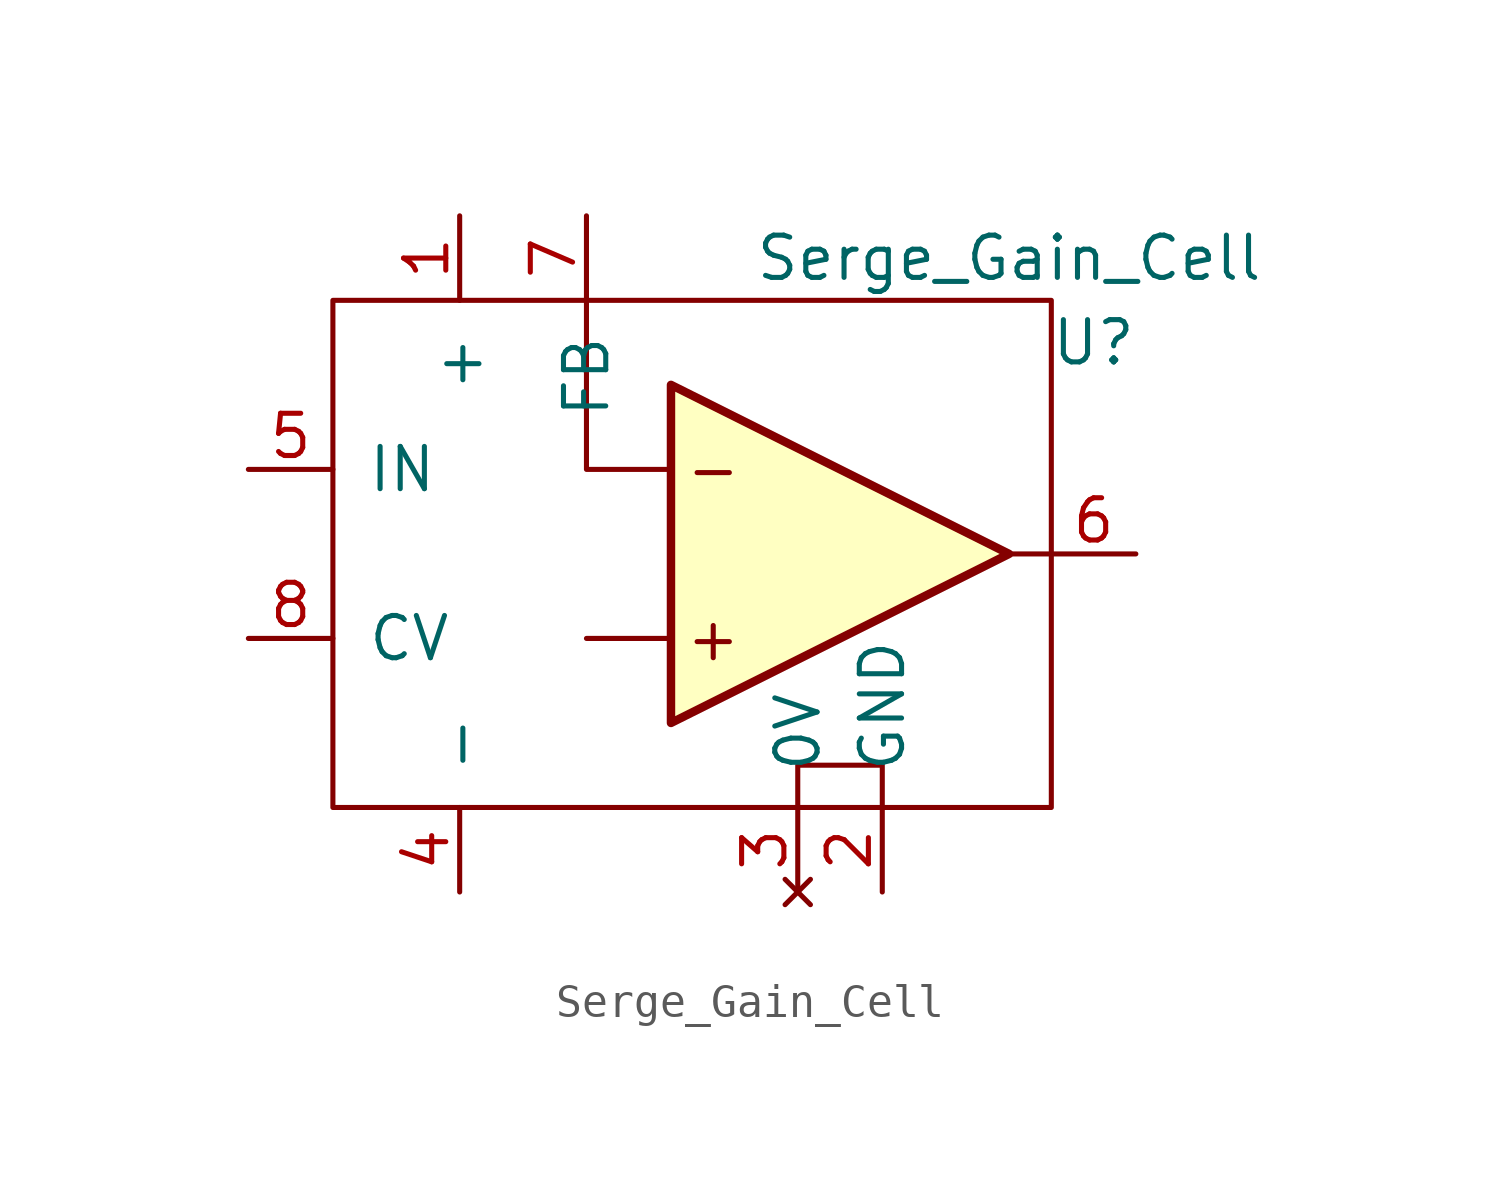
<source format=kicad_sym>
(kicad_symbol_lib
  (version 20220914)
  (generator kicad_symbol_editor)
  (symbol "Serge_Gain_Cell"
    (pin_names
      (offset 1.016))
    (property "Reference" "U"
      (at 8.89 6.35 0)
      (effects (font (size 1.27 1.27))))
    (property "Value" "Serge_Gain_Cell"
      (at 6.35 8.89 0)
      (effects (font (size 1.27 1.27))))
    (symbol "Serge_Gain_Cell_0_0"
      (text "+" (at -2.54 -2.54 0) (effects (font (size 1.27 1.27))))
      (text "-" (at -2.54 2.54 0) (effects (font (size 1.27 1.27)))))
    (symbol "Serge_Gain_Cell_0_1"
      (polyline (pts (xy -3.81 -2.54) (xy -6.35 -2.54)) (stroke (width 0) (type default)) (fill (type none)))
      (polyline (pts (xy 6.35 0) (xy 7.62 0)) (stroke (width 0) (type default)) (fill (type none)))
      (polyline (pts (xy -3.81 2.54) (xy -6.35 2.54) (xy -6.35 7.62)) (stroke (width 0) (type default)) (fill (type none)))
      (polyline (pts (xy 0 -7.62) (xy 0 -6.35) (xy 2.54 -6.35) (xy 2.54 -7.62)) (stroke (width 0) (type default)) (fill (type none)))
      (rectangle (start 7.62 7.62) (end -13.97 -7.62) (stroke (width 0) (type default)) (fill (type none))))
    (symbol "Serge_Gain_Cell_1_1"
      (polyline (pts (xy -3.81 5.08) (xy 6.35 0) (xy -3.81 -5.08) (xy -3.81 5.08)) (stroke (width 0.254) (type default)) (fill (type background)))
      (pin power_in line (at -10.16 10.16 270) (length 2.54) (name "+" (effects (font (size 1.27 1.27)))) (number "1" (effects (font (size 1.27 1.27)))))
      (pin power_in line (at 2.54 -10.16 90) (length 2.54) (name "GND" (effects (font (size 1.27 1.27)))) (number "2" (effects (font (size 1.27 1.27)))))
      (pin no_connect line (at 0 -10.16 90) (length 2.54) (name "0V" (effects (font (size 1.27 1.27)))) (number "3" (effects (font (size 1.27 1.27)))))
      (pin power_in line (at -10.16 -10.16 90) (length 2.54) (name "-" (effects (font (size 1.27 1.27)))) (number "4" (effects (font (size 1.27 1.27)))))
      (pin input line (at -16.51 2.54 0) (length 2.54) (name "IN" (effects (font (size 1.27 1.27)))) (number "5" (effects (font (size 1.27 1.27)))))
      (pin output line (at 10.16 0 180) (length 2.54) (name "~" (effects (font (size 1.27 1.27)))) (number "6" (effects (font (size 1.27 1.27)))))
      (pin input line (at -6.35 10.16 270) (length 2.54) (name "FB" (effects (font (size 1.27 1.27)))) (number "7" (effects (font (size 1.27 1.27)))))
      (pin input line (at -16.51 -2.54 0) (length 2.54) (name "CV" (effects (font (size 1.27 1.27)))) (number "8" (effects (font (size 1.27 1.27))))))))
</source>
